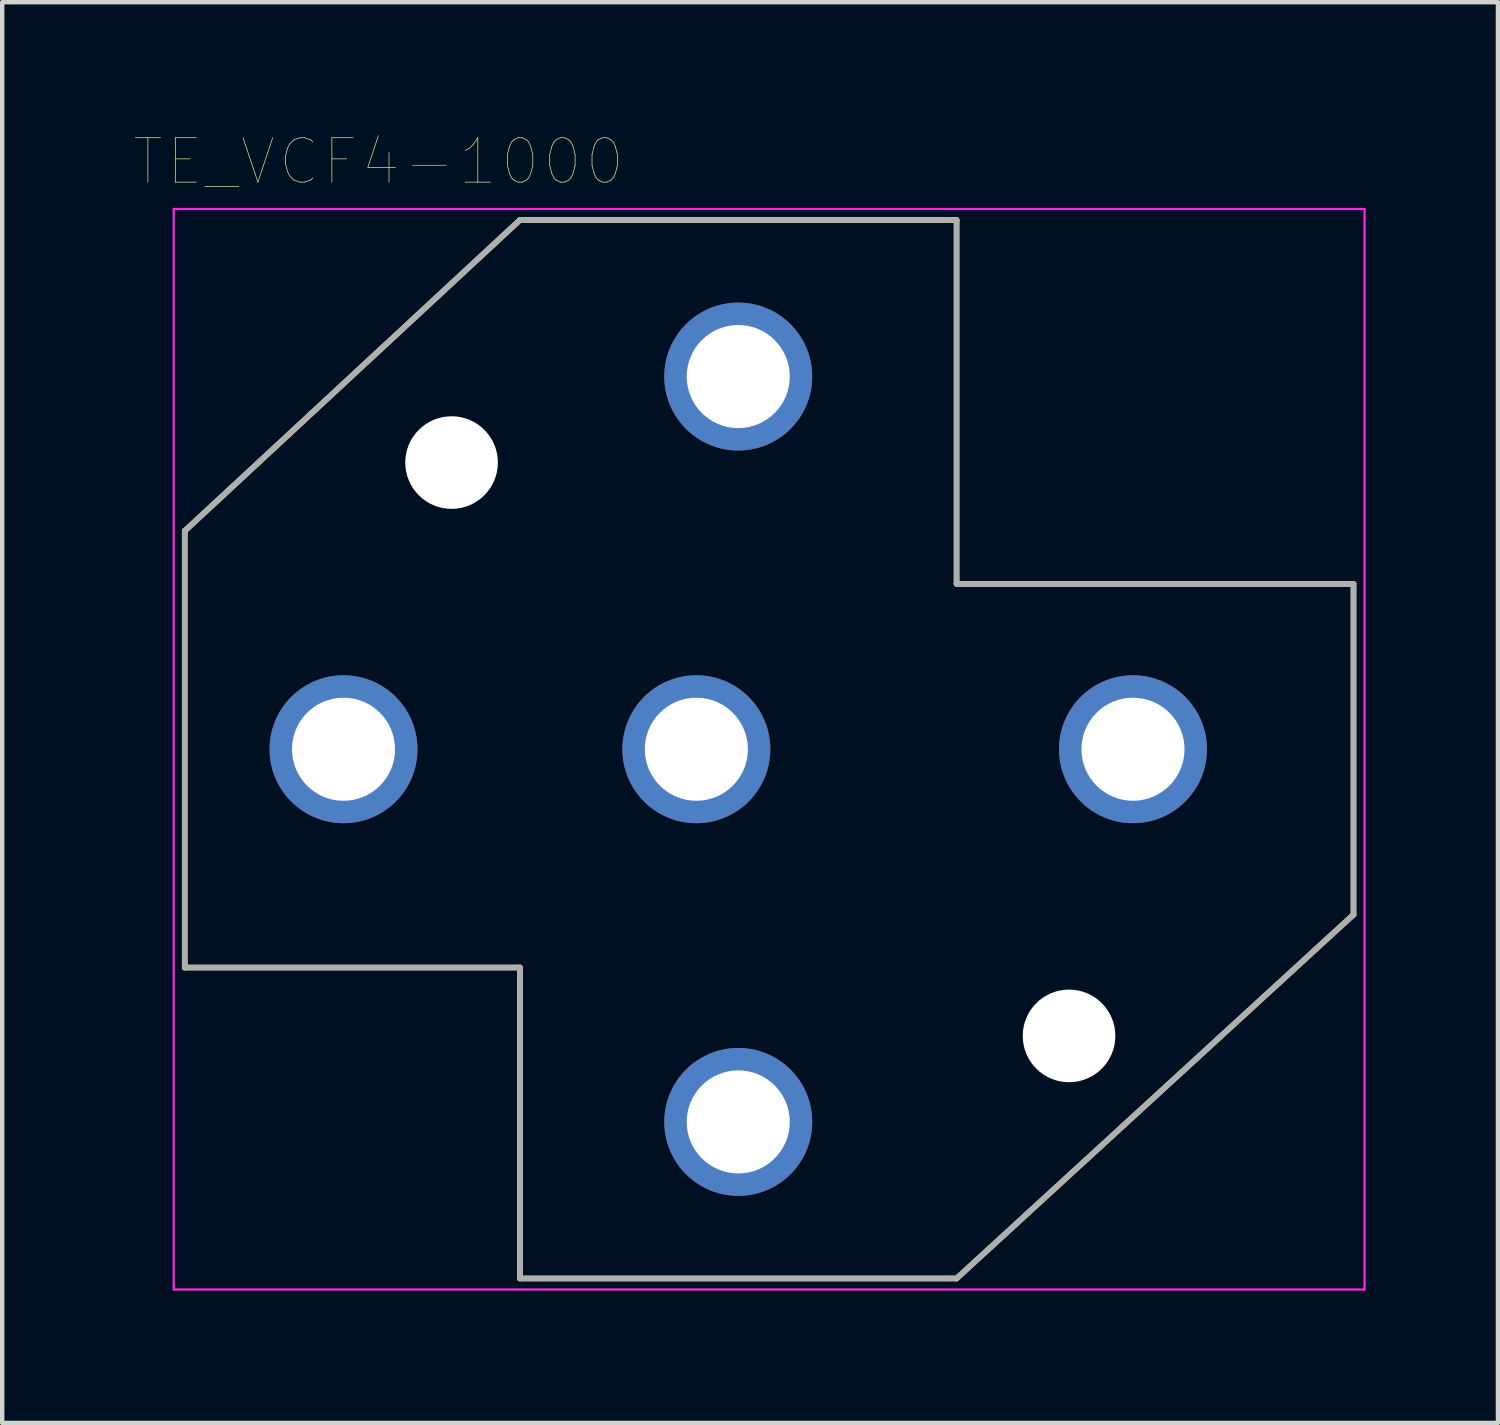
<source format=kicad_pcb>
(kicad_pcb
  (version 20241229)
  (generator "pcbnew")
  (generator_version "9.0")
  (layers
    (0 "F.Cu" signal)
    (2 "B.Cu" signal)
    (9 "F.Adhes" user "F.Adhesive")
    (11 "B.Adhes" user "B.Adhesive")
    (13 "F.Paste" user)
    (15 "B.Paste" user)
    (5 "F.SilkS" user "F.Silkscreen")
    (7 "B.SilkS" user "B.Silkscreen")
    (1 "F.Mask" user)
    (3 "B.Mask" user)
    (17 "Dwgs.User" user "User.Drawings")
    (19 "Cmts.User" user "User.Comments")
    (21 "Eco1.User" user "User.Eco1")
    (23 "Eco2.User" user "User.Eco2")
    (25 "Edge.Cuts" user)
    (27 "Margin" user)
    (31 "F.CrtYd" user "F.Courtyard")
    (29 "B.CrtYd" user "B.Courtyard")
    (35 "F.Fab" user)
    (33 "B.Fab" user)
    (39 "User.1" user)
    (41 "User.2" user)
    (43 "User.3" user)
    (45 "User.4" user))
  (footprint "TE_VCF4-1000"
    (layer "F.Cu")
    (at 13.689 13.938)
    (property "Reference" "TE_VCF4-1000" (at -8.159 -13.323 0) (layer "F.SilkS") (effects (font (size 1.007 1.007) (thickness 0.015))))
    (attr through_hole)
    (fp_line (start -12.55 -4.95) (end -4.95 -12) (stroke (width 0.127) (type solid)) (layer "F.SilkS"))
    (fp_line (start -12.55 4.95) (end -12.55 -4.95) (stroke (width 0.127) (type solid)) (layer "F.SilkS"))
    (fp_line (start -4.95 -12) (end 4.95 -12) (stroke (width 0.127) (type solid)) (layer "F.SilkS"))
    (fp_line (start -4.95 4.95) (end -12.55 4.95) (stroke (width 0.127) (type solid)) (layer "F.SilkS"))
    (fp_line (start -4.95 12) (end -4.95 4.95) (stroke (width 0.127) (type solid)) (layer "F.SilkS"))
    (fp_line (start 4.95 -12) (end 4.95 -3.75) (stroke (width 0.127) (type solid)) (layer "F.SilkS"))
    (fp_line (start 4.95 -3.75) (end 13.95 -3.75) (stroke (width 0.127) (type solid)) (layer "F.SilkS"))
    (fp_line (start 4.95 12) (end -4.95 12) (stroke (width 0.127) (type solid)) (layer "F.SilkS"))
    (fp_line (start 4.95 12) (end 13.95 3.75) (stroke (width 0.127) (type solid)) (layer "F.SilkS"))
    (fp_line (start 13.95 -3.75) (end 13.95 3.75) (stroke (width 0.127) (type solid)) (layer "F.SilkS"))
    (fp_line (start -12.8 -12.25) (end 14.2 -12.25) (stroke (width 0.05) (type solid)) (layer "F.CrtYd"))
    (fp_line (start -12.8 12.25) (end -12.8 -12.25) (stroke (width 0.05) (type solid)) (layer "F.CrtYd"))
    (fp_line (start 14.2 -12.25) (end 14.2 12.25) (stroke (width 0.05) (type solid)) (layer "F.CrtYd"))
    (fp_line (start 14.2 12.25) (end -12.8 12.25) (stroke (width 0.05) (type solid)) (layer "F.CrtYd"))
    (fp_line (start -12.55 -4.95) (end -4.95 -12) (stroke (width 0.127) (type solid)) (layer "F.Fab"))
    (fp_line (start -12.55 4.95) (end -12.55 -4.95) (stroke (width 0.127) (type solid)) (layer "F.Fab"))
    (fp_line (start -4.95 -12) (end 4.95 -12) (stroke (width 0.127) (type solid)) (layer "F.Fab"))
    (fp_line (start -4.95 4.95) (end -12.55 4.95) (stroke (width 0.127) (type solid)) (layer "F.Fab"))
    (fp_line (start -4.95 12) (end -4.95 4.95) (stroke (width 0.127) (type solid)) (layer "F.Fab"))
    (fp_line (start 4.95 -12) (end 4.95 -3.75) (stroke (width 0.127) (type solid)) (layer "F.Fab"))
    (fp_line (start 4.95 -3.75) (end 13.95 -3.75) (stroke (width 0.127) (type solid)) (layer "F.Fab"))
    (fp_line (start 4.95 12) (end -4.95 12) (stroke (width 0.127) (type solid)) (layer "F.Fab"))
    (fp_line (start 4.95 12) (end 13.95 3.75) (stroke (width 0.127) (type solid)) (layer "F.Fab"))
    (fp_line (start 13.95 -3.75) (end 13.95 3.75) (stroke (width 0.127) (type solid)) (layer "F.Fab"))
    (pad "" np_thru_hole circle (at -6.5 -6.5) (size 2.1 2.1) (drill 2.1) (layers "*.Cu" "*.Mask"))
    (pad "" np_thru_hole circle (at 7.5 6.5) (size 2.1 2.1) (drill 2.1) (layers "*.Cu" "*.Mask"))
    (pad "30" thru_hole circle (at 8.95 0) (size 3.353 3.353) (drill 2.337) (layers "*.Cu" "*.Mask"))
    (pad "85" thru_hole circle (at 0 8.45) (size 3.353 3.353) (drill 2.337) (layers "*.Cu" "*.Mask"))
    (pad "86" thru_hole circle (at 0 -8.45) (size 3.353 3.353) (drill 2.337) (layers "*.Cu" "*.Mask"))
    (pad "87" thru_hole circle (at -8.95 0) (size 3.353 3.353) (drill 2.337) (layers "*.Cu" "*.Mask"))
    (pad "87A" thru_hole circle (at -0.95 0) (size 3.353 3.353) (drill 2.337) (layers "*.Cu" "*.Mask")))
  (gr_rect
    (start -3 -3)
    (end 30.914 29.213)
    (stroke (width 0.1) (type default))
    (fill no)
    (layer "Edge.Cuts")))
</source>
